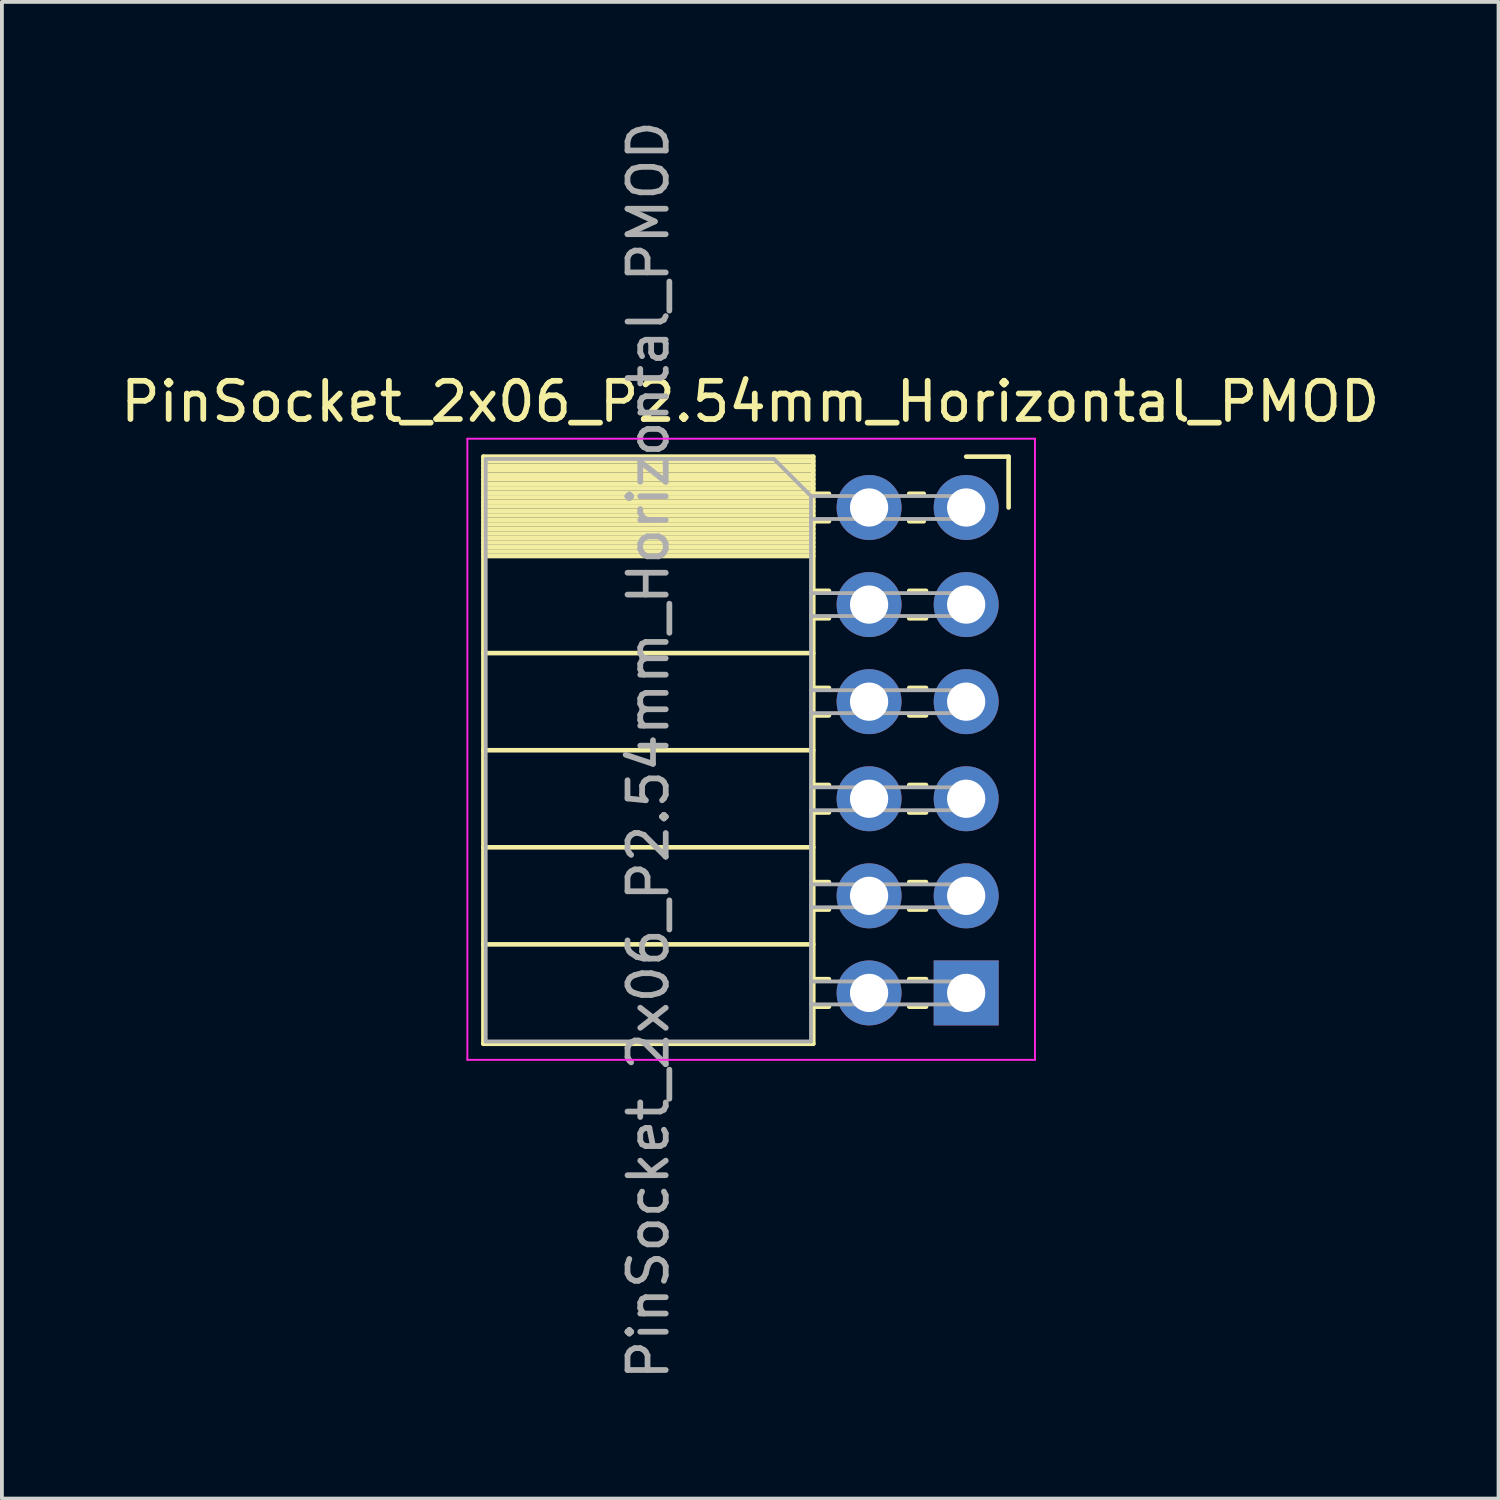
<source format=kicad_pcb>
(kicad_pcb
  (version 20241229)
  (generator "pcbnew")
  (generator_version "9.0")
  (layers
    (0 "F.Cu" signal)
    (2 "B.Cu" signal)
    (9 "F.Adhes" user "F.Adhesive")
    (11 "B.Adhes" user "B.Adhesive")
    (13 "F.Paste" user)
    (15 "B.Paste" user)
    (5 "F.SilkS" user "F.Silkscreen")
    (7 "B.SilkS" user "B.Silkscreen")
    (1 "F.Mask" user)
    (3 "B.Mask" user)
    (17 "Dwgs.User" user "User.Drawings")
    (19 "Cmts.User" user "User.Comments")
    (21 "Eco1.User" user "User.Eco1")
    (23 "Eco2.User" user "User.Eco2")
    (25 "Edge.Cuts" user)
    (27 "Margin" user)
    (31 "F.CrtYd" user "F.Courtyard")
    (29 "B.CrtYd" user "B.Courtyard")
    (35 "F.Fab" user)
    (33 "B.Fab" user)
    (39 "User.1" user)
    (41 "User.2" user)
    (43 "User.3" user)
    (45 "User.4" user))
  (footprint "PinSocket_2x06_P2.54mm_Horizontal_PMOD"
    (layer "F.Cu")
    (at 22.227 10.227)
    (property "Reference" "PinSocket_2x06_P2.54mm_Horizontal_PMOD" (at -5.65 -2.77 0) (layer "F.SilkS") (effects (font (size 1 1) (thickness 0.15))))
    (attr through_hole)
    (fp_line (start -12.63 -1.33) (end -12.63 14.03) (stroke (width 0.12) (type solid)) (layer "F.SilkS"))
    (fp_line (start -12.63 -1.33) (end -4 -1.33) (stroke (width 0.12) (type solid)) (layer "F.SilkS"))
    (fp_line (start -12.63 -1.21) (end -4 -1.21) (stroke (width 0.12) (type solid)) (layer "F.SilkS"))
    (fp_line (start -12.63 -1.092) (end -4 -1.092) (stroke (width 0.12) (type solid)) (layer "F.SilkS"))
    (fp_line (start -12.63 -0.974) (end -4 -0.974) (stroke (width 0.12) (type solid)) (layer "F.SilkS"))
    (fp_line (start -12.63 -0.856) (end -4 -0.856) (stroke (width 0.12) (type solid)) (layer "F.SilkS"))
    (fp_line (start -12.63 -0.738) (end -4 -0.738) (stroke (width 0.12) (type solid)) (layer "F.SilkS"))
    (fp_line (start -12.63 -0.62) (end -4 -0.62) (stroke (width 0.12) (type solid)) (layer "F.SilkS"))
    (fp_line (start -12.63 -0.501) (end -4 -0.501) (stroke (width 0.12) (type solid)) (layer "F.SilkS"))
    (fp_line (start -12.63 -0.383) (end -4 -0.383) (stroke (width 0.12) (type solid)) (layer "F.SilkS"))
    (fp_line (start -12.63 -0.265) (end -4 -0.265) (stroke (width 0.12) (type solid)) (layer "F.SilkS"))
    (fp_line (start -12.63 -0.147) (end -4 -0.147) (stroke (width 0.12) (type solid)) (layer "F.SilkS"))
    (fp_line (start -12.63 -0.029) (end -4 -0.029) (stroke (width 0.12) (type solid)) (layer "F.SilkS"))
    (fp_line (start -12.63 0.089) (end -4 0.089) (stroke (width 0.12) (type solid)) (layer "F.SilkS"))
    (fp_line (start -12.63 0.207) (end -4 0.207) (stroke (width 0.12) (type solid)) (layer "F.SilkS"))
    (fp_line (start -12.63 0.325) (end -4 0.325) (stroke (width 0.12) (type solid)) (layer "F.SilkS"))
    (fp_line (start -12.63 0.443) (end -4 0.443) (stroke (width 0.12) (type solid)) (layer "F.SilkS"))
    (fp_line (start -12.63 0.561) (end -4 0.561) (stroke (width 0.12) (type solid)) (layer "F.SilkS"))
    (fp_line (start -12.63 0.68) (end -4 0.68) (stroke (width 0.12) (type solid)) (layer "F.SilkS"))
    (fp_line (start -12.63 0.798) (end -4 0.798) (stroke (width 0.12) (type solid)) (layer "F.SilkS"))
    (fp_line (start -12.63 0.916) (end -4 0.916) (stroke (width 0.12) (type solid)) (layer "F.SilkS"))
    (fp_line (start -12.63 1.034) (end -4 1.034) (stroke (width 0.12) (type solid)) (layer "F.SilkS"))
    (fp_line (start -12.63 1.152) (end -4 1.152) (stroke (width 0.12) (type solid)) (layer "F.SilkS"))
    (fp_line (start -12.63 1.27) (end -4 1.27) (stroke (width 0.12) (type solid)) (layer "F.SilkS"))
    (fp_line (start -12.63 3.81) (end -4 3.81) (stroke (width 0.12) (type solid)) (layer "F.SilkS"))
    (fp_line (start -12.63 6.35) (end -4 6.35) (stroke (width 0.12) (type solid)) (layer "F.SilkS"))
    (fp_line (start -12.63 8.89) (end -4 8.89) (stroke (width 0.12) (type solid)) (layer "F.SilkS"))
    (fp_line (start -12.63 11.43) (end -4 11.43) (stroke (width 0.12) (type solid)) (layer "F.SilkS"))
    (fp_line (start -12.63 14.03) (end -4 14.03) (stroke (width 0.12) (type solid)) (layer "F.SilkS"))
    (fp_line (start -4 -1.33) (end -4 14.03) (stroke (width 0.12) (type solid)) (layer "F.SilkS"))
    (fp_line (start -4 -0.36) (end -3.59 -0.36) (stroke (width 0.12) (type solid)) (layer "F.SilkS"))
    (fp_line (start -4 0.36) (end -3.59 0.36) (stroke (width 0.12) (type solid)) (layer "F.SilkS"))
    (fp_line (start -4 2.18) (end -3.59 2.18) (stroke (width 0.12) (type solid)) (layer "F.SilkS"))
    (fp_line (start -4 2.9) (end -3.59 2.9) (stroke (width 0.12) (type solid)) (layer "F.SilkS"))
    (fp_line (start -4 4.72) (end -3.59 4.72) (stroke (width 0.12) (type solid)) (layer "F.SilkS"))
    (fp_line (start -4 5.44) (end -3.59 5.44) (stroke (width 0.12) (type solid)) (layer "F.SilkS"))
    (fp_line (start -4 7.26) (end -3.59 7.26) (stroke (width 0.12) (type solid)) (layer "F.SilkS"))
    (fp_line (start -4 7.98) (end -3.59 7.98) (stroke (width 0.12) (type solid)) (layer "F.SilkS"))
    (fp_line (start -4 9.8) (end -3.59 9.8) (stroke (width 0.12) (type solid)) (layer "F.SilkS"))
    (fp_line (start -4 10.52) (end -3.59 10.52) (stroke (width 0.12) (type solid)) (layer "F.SilkS"))
    (fp_line (start -4 12.34) (end -3.59 12.34) (stroke (width 0.12) (type solid)) (layer "F.SilkS"))
    (fp_line (start -4 13.06) (end -3.59 13.06) (stroke (width 0.12) (type solid)) (layer "F.SilkS"))
    (fp_line (start -1.49 -0.36) (end -1.11 -0.36) (stroke (width 0.12) (type solid)) (layer "F.SilkS"))
    (fp_line (start -1.49 0.36) (end -1.11 0.36) (stroke (width 0.12) (type solid)) (layer "F.SilkS"))
    (fp_line (start -1.49 2.18) (end -1.05 2.18) (stroke (width 0.12) (type solid)) (layer "F.SilkS"))
    (fp_line (start -1.49 2.9) (end -1.05 2.9) (stroke (width 0.12) (type solid)) (layer "F.SilkS"))
    (fp_line (start -1.49 4.72) (end -1.05 4.72) (stroke (width 0.12) (type solid)) (layer "F.SilkS"))
    (fp_line (start -1.49 5.44) (end -1.05 5.44) (stroke (width 0.12) (type solid)) (layer "F.SilkS"))
    (fp_line (start -1.49 7.26) (end -1.05 7.26) (stroke (width 0.12) (type solid)) (layer "F.SilkS"))
    (fp_line (start -1.49 7.98) (end -1.05 7.98) (stroke (width 0.12) (type solid)) (layer "F.SilkS"))
    (fp_line (start -1.49 9.8) (end -1.05 9.8) (stroke (width 0.12) (type solid)) (layer "F.SilkS"))
    (fp_line (start -1.49 10.52) (end -1.05 10.52) (stroke (width 0.12) (type solid)) (layer "F.SilkS"))
    (fp_line (start -1.49 12.34) (end -1.05 12.34) (stroke (width 0.12) (type solid)) (layer "F.SilkS"))
    (fp_line (start -1.49 13.06) (end -1.05 13.06) (stroke (width 0.12) (type solid)) (layer "F.SilkS"))
    (fp_line (start 0 -1.33) (end 1.11 -1.33) (stroke (width 0.12) (type solid)) (layer "F.SilkS"))
    (fp_line (start 1.11 -1.33) (end 1.11 0) (stroke (width 0.12) (type solid)) (layer "F.SilkS"))
    (fp_line (start -13.05 -1.8) (end -13.05 14.45) (stroke (width 0.05) (type solid)) (layer "F.CrtYd"))
    (fp_line (start -13.05 14.45) (end 1.8 14.45) (stroke (width 0.05) (type solid)) (layer "F.CrtYd"))
    (fp_line (start 1.8 -1.8) (end -13.05 -1.8) (stroke (width 0.05) (type solid)) (layer "F.CrtYd"))
    (fp_line (start 1.8 14.45) (end 1.8 -1.8) (stroke (width 0.05) (type solid)) (layer "F.CrtYd"))
    (fp_line (start -12.57 -1.27) (end -5.03 -1.27) (stroke (width 0.1) (type solid)) (layer "F.Fab"))
    (fp_line (start -12.57 13.97) (end -12.57 -1.27) (stroke (width 0.1) (type solid)) (layer "F.Fab"))
    (fp_line (start -5.03 -1.27) (end -4.06 -0.3) (stroke (width 0.1) (type solid)) (layer "F.Fab"))
    (fp_line (start -4.06 -0.3) (end -4.06 13.97) (stroke (width 0.1) (type solid)) (layer "F.Fab"))
    (fp_line (start -4.06 0.3) (end 0 0.3) (stroke (width 0.1) (type solid)) (layer "F.Fab"))
    (fp_line (start -4.06 2.84) (end 0 2.84) (stroke (width 0.1) (type solid)) (layer "F.Fab"))
    (fp_line (start -4.06 5.38) (end 0 5.38) (stroke (width 0.1) (type solid)) (layer "F.Fab"))
    (fp_line (start -4.06 7.92) (end 0 7.92) (stroke (width 0.1) (type solid)) (layer "F.Fab"))
    (fp_line (start -4.06 10.46) (end 0 10.46) (stroke (width 0.1) (type solid)) (layer "F.Fab"))
    (fp_line (start -4.06 13) (end 0 13) (stroke (width 0.1) (type solid)) (layer "F.Fab"))
    (fp_line (start -4.06 13.97) (end -12.57 13.97) (stroke (width 0.1) (type solid)) (layer "F.Fab"))
    (fp_line (start 0 -0.3) (end -4.06 -0.3) (stroke (width 0.1) (type solid)) (layer "F.Fab"))
    (fp_line (start 0 0.3) (end 0 -0.3) (stroke (width 0.1) (type solid)) (layer "F.Fab"))
    (fp_line (start 0 2.24) (end -4.06 2.24) (stroke (width 0.1) (type solid)) (layer "F.Fab"))
    (fp_line (start 0 2.84) (end 0 2.24) (stroke (width 0.1) (type solid)) (layer "F.Fab"))
    (fp_line (start 0 4.78) (end -4.06 4.78) (stroke (width 0.1) (type solid)) (layer "F.Fab"))
    (fp_line (start 0 5.38) (end 0 4.78) (stroke (width 0.1) (type solid)) (layer "F.Fab"))
    (fp_line (start 0 7.32) (end -4.06 7.32) (stroke (width 0.1) (type solid)) (layer "F.Fab"))
    (fp_line (start 0 7.92) (end 0 7.32) (stroke (width 0.1) (type solid)) (layer "F.Fab"))
    (fp_line (start 0 9.86) (end -4.06 9.86) (stroke (width 0.1) (type solid)) (layer "F.Fab"))
    (fp_line (start 0 10.46) (end 0 9.86) (stroke (width 0.1) (type solid)) (layer "F.Fab"))
    (fp_line (start 0 12.4) (end -4.06 12.4) (stroke (width 0.1) (type solid)) (layer "F.Fab"))
    (fp_line (start 0 13) (end 0 12.4) (stroke (width 0.1) (type solid)) (layer "F.Fab"))
    (fp_text user "${REFERENCE}" (at -8.315 6.35 90) (layer "F.Fab") (effects (font (size 1 1) (thickness 0.15))))
    (pad "1" thru_hole rect (at 0 12.7) (size 1.7 1.7) (drill 1) (layers "*.Cu" "*.Mask"))
    (pad "2" thru_hole oval (at 0 10.16) (size 1.7 1.7) (drill 1) (layers "*.Cu" "*.Mask"))
    (pad "3" thru_hole oval (at 0 7.62) (size 1.7 1.7) (drill 1) (layers "*.Cu" "*.Mask"))
    (pad "4" thru_hole oval (at 0 5.08) (size 1.7 1.7) (drill 1) (layers "*.Cu" "*.Mask"))
    (pad "5" thru_hole oval (at 0 2.54) (size 1.7 1.7) (drill 1) (layers "*.Cu" "*.Mask"))
    (pad "6" thru_hole oval (at 0 0) (size 1.7 1.7) (drill 1) (layers "*.Cu" "*.Mask"))
    (pad "7" thru_hole oval (at -2.54 12.7) (size 1.7 1.7) (drill 1) (layers "*.Cu" "*.Mask"))
    (pad "8" thru_hole oval (at -2.54 10.16) (size 1.7 1.7) (drill 1) (layers "*.Cu" "*.Mask"))
    (pad "9" thru_hole oval (at -2.54 7.62) (size 1.7 1.7) (drill 1) (layers "*.Cu" "*.Mask"))
    (pad "10" thru_hole oval (at -2.54 5.08) (size 1.7 1.7) (drill 1) (layers "*.Cu" "*.Mask"))
    (pad "11" thru_hole oval (at -2.54 2.54) (size 1.7 1.7) (drill 1) (layers "*.Cu" "*.Mask"))
    (pad "12" thru_hole oval (at -2.54 0) (size 1.7 1.7) (drill 1) (layers "*.Cu" "*.Mask")))
  (gr_rect
    (start -3 -3)
    (end 36.155 36.155)
    (stroke (width 0.1) (type default))
    (fill no)
    (layer "Edge.Cuts")))
</source>
